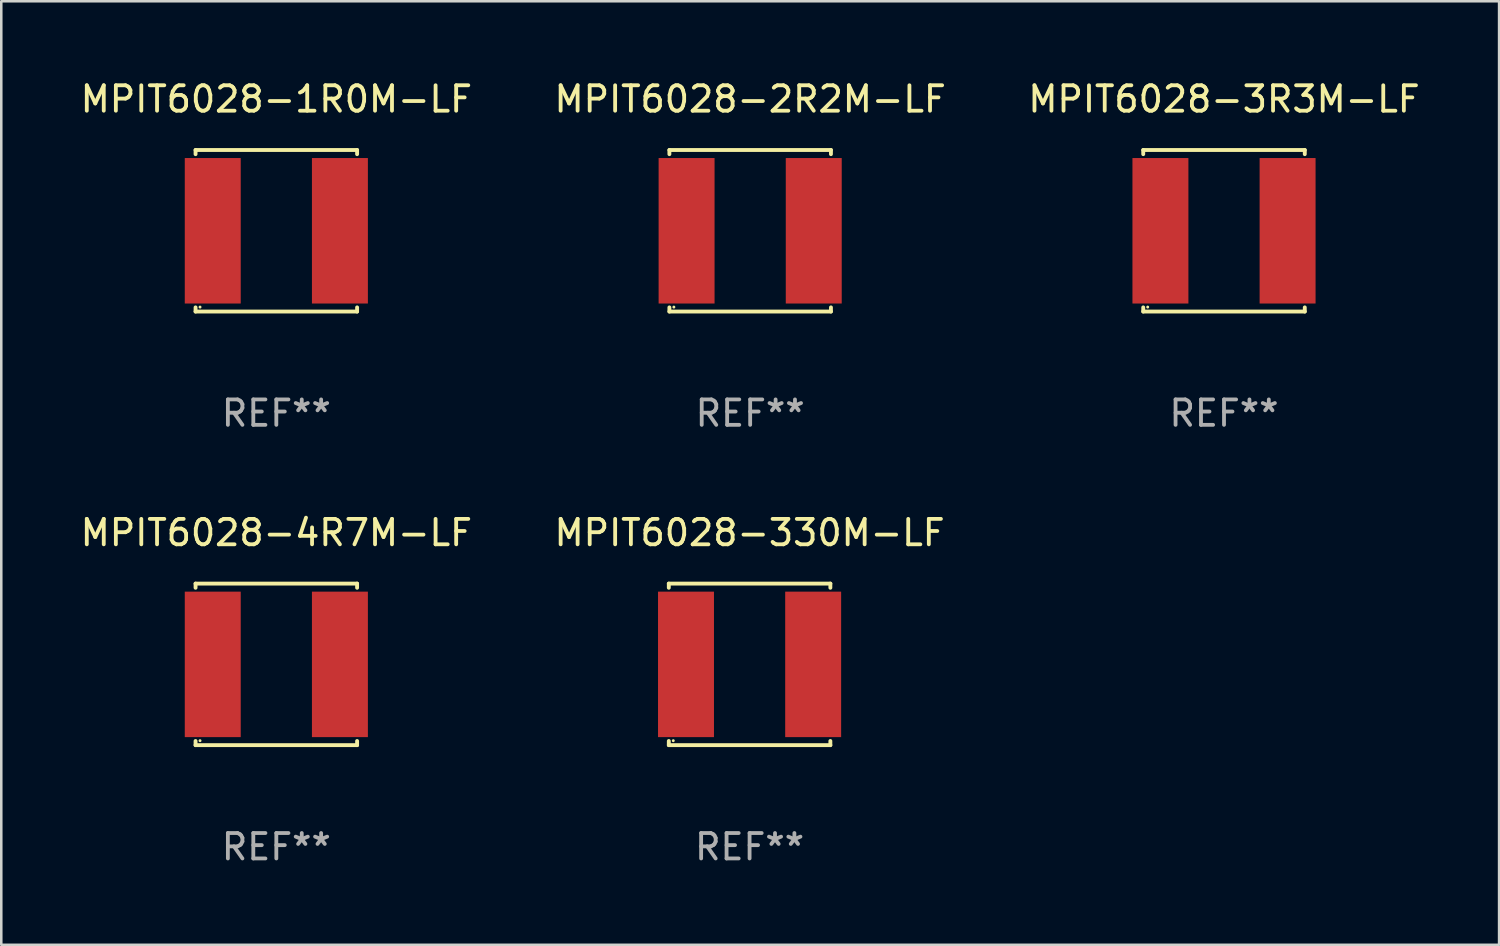
<source format=kicad_pcb>
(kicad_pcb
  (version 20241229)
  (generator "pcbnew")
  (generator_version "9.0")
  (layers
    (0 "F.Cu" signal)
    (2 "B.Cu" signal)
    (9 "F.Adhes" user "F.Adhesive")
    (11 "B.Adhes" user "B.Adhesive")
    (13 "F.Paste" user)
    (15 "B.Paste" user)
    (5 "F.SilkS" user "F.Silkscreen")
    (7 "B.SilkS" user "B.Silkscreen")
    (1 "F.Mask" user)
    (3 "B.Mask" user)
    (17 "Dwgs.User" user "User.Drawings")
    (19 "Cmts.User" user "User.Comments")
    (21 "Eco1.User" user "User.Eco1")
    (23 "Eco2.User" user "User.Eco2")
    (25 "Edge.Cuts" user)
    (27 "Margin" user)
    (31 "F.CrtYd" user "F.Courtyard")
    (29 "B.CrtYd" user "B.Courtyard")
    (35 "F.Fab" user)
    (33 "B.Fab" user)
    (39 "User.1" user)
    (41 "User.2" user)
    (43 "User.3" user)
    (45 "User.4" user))
  (footprint "MPIT6028-3R3M-LF"
    (layer "F.Cu")
    (at 45.077 6.024)
    (property "Reference" "MPIT6028-3R3M-LF" (at 0 -5.176 0) (layer "F.SilkS") (effects (font (size 1 1) (thickness 0.15))))
    (attr through_hole)
    (fp_line (start -3.176 -3.176) (end 3.176 -3.176) (stroke (width 0.152) (type solid)) (layer "F.SilkS"))
    (fp_line (start -3.176 -3.012) (end -3.176 -3.176) (stroke (width 0.152) (type solid)) (layer "F.SilkS"))
    (fp_line (start -3.176 3.012) (end -3.176 3.176) (stroke (width 0.152) (type solid)) (layer "F.SilkS"))
    (fp_line (start -3.176 3.176) (end 3.176 3.176) (stroke (width 0.152) (type solid)) (layer "F.SilkS"))
    (fp_line (start 3.176 -3.176) (end 3.176 -3.012) (stroke (width 0.152) (type solid)) (layer "F.SilkS"))
    (fp_line (start 3.176 3.176) (end 3.176 3.012) (stroke (width 0.152) (type solid)) (layer "F.SilkS"))
    (fp_circle (center -3 3) (end -2.97 3) (stroke (width 0.06) (type solid)) (fill no) (layer "F.SilkS"))
    (fp_text user "REF**" (at 0 7.176 0) (layer "F.Fab") (effects (font (size 1 1) (thickness 0.15))))
    (pad "1" smd rect (at -2.5 0) (size 2.2 5.72) (layers "F.Cu" "F.Mask" "F.Paste"))
    (pad "2" smd rect (at 2.5 0) (size 2.2 5.72) (layers "F.Cu" "F.Mask" "F.Paste")))
  (footprint "MPIT6028-2R2M-LF"
    (layer "F.Cu")
    (at 26.446 6.024)
    (property "Reference" "MPIT6028-2R2M-LF" (at 0 -5.176 0) (layer "F.SilkS") (effects (font (size 1 1) (thickness 0.15))))
    (attr through_hole)
    (fp_line (start -3.176 -3.176) (end 3.176 -3.176) (stroke (width 0.152) (type solid)) (layer "F.SilkS"))
    (fp_line (start -3.176 -3.012) (end -3.176 -3.176) (stroke (width 0.152) (type solid)) (layer "F.SilkS"))
    (fp_line (start -3.176 3.012) (end -3.176 3.176) (stroke (width 0.152) (type solid)) (layer "F.SilkS"))
    (fp_line (start -3.176 3.176) (end 3.176 3.176) (stroke (width 0.152) (type solid)) (layer "F.SilkS"))
    (fp_line (start 3.176 -3.176) (end 3.176 -3.012) (stroke (width 0.152) (type solid)) (layer "F.SilkS"))
    (fp_line (start 3.176 3.176) (end 3.176 3.012) (stroke (width 0.152) (type solid)) (layer "F.SilkS"))
    (fp_circle (center -3 3) (end -2.97 3) (stroke (width 0.06) (type solid)) (fill no) (layer "F.SilkS"))
    (fp_text user "REF**" (at 0 7.176 0) (layer "F.Fab") (effects (font (size 1 1) (thickness 0.15))))
    (pad "1" smd rect (at -2.5 0) (size 2.2 5.72) (layers "F.Cu" "F.Mask" "F.Paste"))
    (pad "2" smd rect (at 2.5 0) (size 2.2 5.72) (layers "F.Cu" "F.Mask" "F.Paste")))
  (footprint "MPIT6028-1R0M-LF"
    (layer "F.Cu")
    (at 7.815 6.024)
    (property "Reference" "MPIT6028-1R0M-LF" (at 0 -5.176 0) (layer "F.SilkS") (effects (font (size 1 1) (thickness 0.15))))
    (attr through_hole)
    (fp_line (start -3.176 -3.176) (end 3.176 -3.176) (stroke (width 0.152) (type solid)) (layer "F.SilkS"))
    (fp_line (start -3.176 -3.012) (end -3.176 -3.176) (stroke (width 0.152) (type solid)) (layer "F.SilkS"))
    (fp_line (start -3.176 3.012) (end -3.176 3.176) (stroke (width 0.152) (type solid)) (layer "F.SilkS"))
    (fp_line (start -3.176 3.176) (end 3.176 3.176) (stroke (width 0.152) (type solid)) (layer "F.SilkS"))
    (fp_line (start 3.176 -3.176) (end 3.176 -3.012) (stroke (width 0.152) (type solid)) (layer "F.SilkS"))
    (fp_line (start 3.176 3.176) (end 3.176 3.012) (stroke (width 0.152) (type solid)) (layer "F.SilkS"))
    (fp_circle (center -3 3) (end -2.97 3) (stroke (width 0.06) (type solid)) (fill no) (layer "F.SilkS"))
    (fp_text user "REF**" (at 0 7.176 0) (layer "F.Fab") (effects (font (size 1 1) (thickness 0.15))))
    (pad "1" smd rect (at -2.5 0) (size 2.2 5.72) (layers "F.Cu" "F.Mask" "F.Paste"))
    (pad "2" smd rect (at 2.5 0) (size 2.2 5.72) (layers "F.Cu" "F.Mask" "F.Paste")))
  (footprint "MPIT6028-330M-LF"
    (layer "F.Cu")
    (at 26.423 23.073)
    (property "Reference" "MPIT6028-330M-LF" (at 0 -5.176 0) (layer "F.SilkS") (effects (font (size 1 1) (thickness 0.15))))
    (attr through_hole)
    (fp_line (start -3.176 -3.176) (end 3.176 -3.176) (stroke (width 0.152) (type solid)) (layer "F.SilkS"))
    (fp_line (start -3.176 -3.012) (end -3.176 -3.176) (stroke (width 0.152) (type solid)) (layer "F.SilkS"))
    (fp_line (start -3.176 3.012) (end -3.176 3.176) (stroke (width 0.152) (type solid)) (layer "F.SilkS"))
    (fp_line (start -3.176 3.176) (end 3.176 3.176) (stroke (width 0.152) (type solid)) (layer "F.SilkS"))
    (fp_line (start 3.176 -3.176) (end 3.176 -3.012) (stroke (width 0.152) (type solid)) (layer "F.SilkS"))
    (fp_line (start 3.176 3.176) (end 3.176 3.012) (stroke (width 0.152) (type solid)) (layer "F.SilkS"))
    (fp_circle (center -3 3) (end -2.97 3) (stroke (width 0.06) (type solid)) (fill no) (layer "F.SilkS"))
    (fp_text user "REF**" (at 0 7.176 0) (layer "F.Fab") (effects (font (size 1 1) (thickness 0.15))))
    (pad "1" smd rect (at -2.5 0) (size 2.2 5.72) (layers "F.Cu" "F.Mask" "F.Paste"))
    (pad "2" smd rect (at 2.5 0) (size 2.2 5.72) (layers "F.Cu" "F.Mask" "F.Paste")))
  (footprint "MPIT6028-4R7M-LF"
    (layer "F.Cu")
    (at 7.815 23.073)
    (property "Reference" "MPIT6028-4R7M-LF" (at 0 -5.176 0) (layer "F.SilkS") (effects (font (size 1 1) (thickness 0.15))))
    (attr through_hole)
    (fp_line (start -3.176 -3.176) (end 3.176 -3.176) (stroke (width 0.152) (type solid)) (layer "F.SilkS"))
    (fp_line (start -3.176 -3.012) (end -3.176 -3.176) (stroke (width 0.152) (type solid)) (layer "F.SilkS"))
    (fp_line (start -3.176 3.012) (end -3.176 3.176) (stroke (width 0.152) (type solid)) (layer "F.SilkS"))
    (fp_line (start -3.176 3.176) (end 3.176 3.176) (stroke (width 0.152) (type solid)) (layer "F.SilkS"))
    (fp_line (start 3.176 -3.176) (end 3.176 -3.012) (stroke (width 0.152) (type solid)) (layer "F.SilkS"))
    (fp_line (start 3.176 3.176) (end 3.176 3.012) (stroke (width 0.152) (type solid)) (layer "F.SilkS"))
    (fp_circle (center -3 3) (end -2.97 3) (stroke (width 0.06) (type solid)) (fill no) (layer "F.SilkS"))
    (fp_text user "REF**" (at 0 7.176 0) (layer "F.Fab") (effects (font (size 1 1) (thickness 0.15))))
    (pad "1" smd rect (at -2.5 0) (size 2.2 5.72) (layers "F.Cu" "F.Mask" "F.Paste"))
    (pad "2" smd rect (at 2.5 0) (size 2.2 5.72) (layers "F.Cu" "F.Mask" "F.Paste")))
  (gr_rect
    (start -3 -3)
    (end 55.893 34.098)
    (stroke (width 0.1) (type default))
    (fill no)
    (layer "Edge.Cuts")))
</source>
